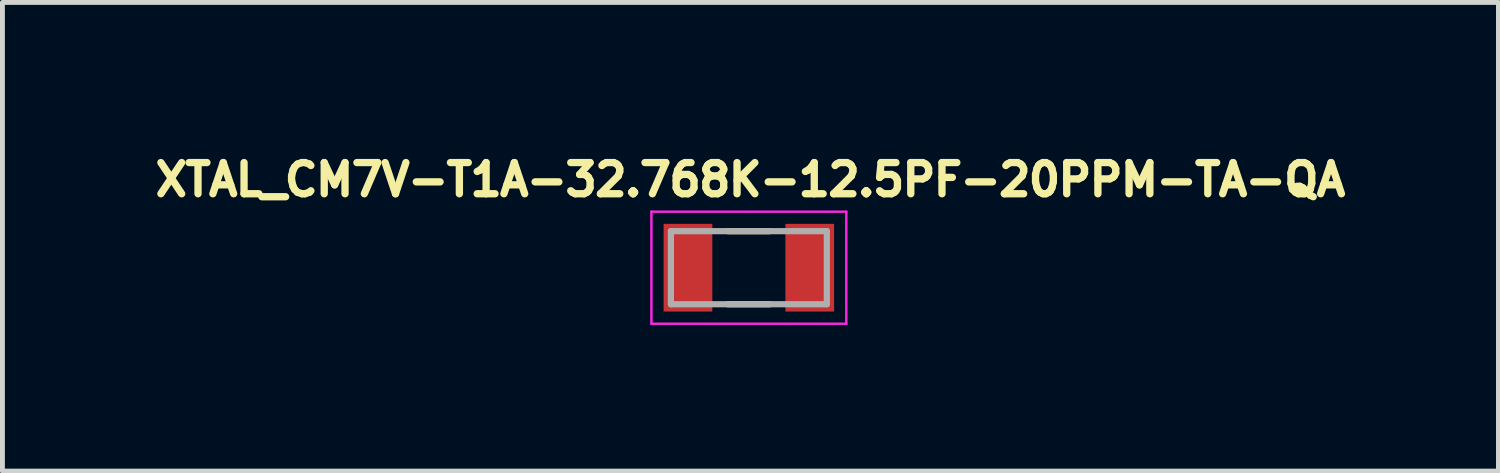
<source format=kicad_pcb>
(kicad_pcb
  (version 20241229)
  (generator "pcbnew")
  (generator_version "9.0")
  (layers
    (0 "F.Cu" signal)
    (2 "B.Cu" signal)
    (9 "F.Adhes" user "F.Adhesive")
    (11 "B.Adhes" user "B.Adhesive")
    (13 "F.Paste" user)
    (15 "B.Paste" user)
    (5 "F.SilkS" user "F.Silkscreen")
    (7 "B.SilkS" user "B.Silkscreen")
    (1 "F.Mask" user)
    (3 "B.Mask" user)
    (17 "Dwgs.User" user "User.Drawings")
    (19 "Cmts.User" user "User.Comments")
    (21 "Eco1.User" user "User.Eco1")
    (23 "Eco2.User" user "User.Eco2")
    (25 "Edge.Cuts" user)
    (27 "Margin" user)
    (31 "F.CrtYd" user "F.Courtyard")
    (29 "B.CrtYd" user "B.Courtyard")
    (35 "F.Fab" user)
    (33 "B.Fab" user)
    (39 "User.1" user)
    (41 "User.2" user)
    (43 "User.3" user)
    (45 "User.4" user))
  (footprint "XTAL_CM7V-T1A-32.768K-12.5PF-20PPM-TA-QA"
    (layer "F.Cu")
    (at 12.319 2.444)
    (property "Reference" "XTAL_CM7V-T1A-32.768K-12.5PF-20PPM-TA-QA" (at 0.032 -1.806 0) (layer "F.SilkS") (effects (font (size 0.64 0.64) (thickness 0.15))))
    (attr smd)
    (fp_line (start -0.43 -0.75) (end 0.43 -0.75) (stroke (width 0.127) (type solid)) (layer "F.SilkS"))
    (fp_line (start -0.43 0.75) (end 0.43 0.75) (stroke (width 0.127) (type solid)) (layer "F.SilkS"))
    (fp_line (start -2 -1.15) (end -2 1.15) (stroke (width 0.05) (type solid)) (layer "F.CrtYd"))
    (fp_line (start -2 1.15) (end 2 1.15) (stroke (width 0.05) (type solid)) (layer "F.CrtYd"))
    (fp_line (start 2 -1.15) (end -2 -1.15) (stroke (width 0.05) (type solid)) (layer "F.CrtYd"))
    (fp_line (start 2 1.15) (end 2 -1.15) (stroke (width 0.05) (type solid)) (layer "F.CrtYd"))
    (fp_line (start -1.6 -0.75) (end -1.6 0.75) (stroke (width 0.127) (type solid)) (layer "F.Fab"))
    (fp_line (start -1.6 -0.75) (end 1.6 -0.75) (stroke (width 0.127) (type solid)) (layer "F.Fab"))
    (fp_line (start -1.6 0.75) (end 1.6 0.75) (stroke (width 0.127) (type solid)) (layer "F.Fab"))
    (fp_line (start 1.6 -0.75) (end 1.6 0.75) (stroke (width 0.127) (type solid)) (layer "F.Fab"))
    (pad "1" smd rect (at -1.25 0) (size 1 1.8) (layers "F.Cu" "F.Mask" "F.Paste"))
    (pad "2" smd rect (at 1.25 0) (size 1 1.8) (layers "F.Cu" "F.Mask" "F.Paste")))
  (gr_rect
    (start -3 -3)
    (end 27.703 6.619)
    (stroke (width 0.1) (type default))
    (fill no)
    (layer "Edge.Cuts")))
</source>
